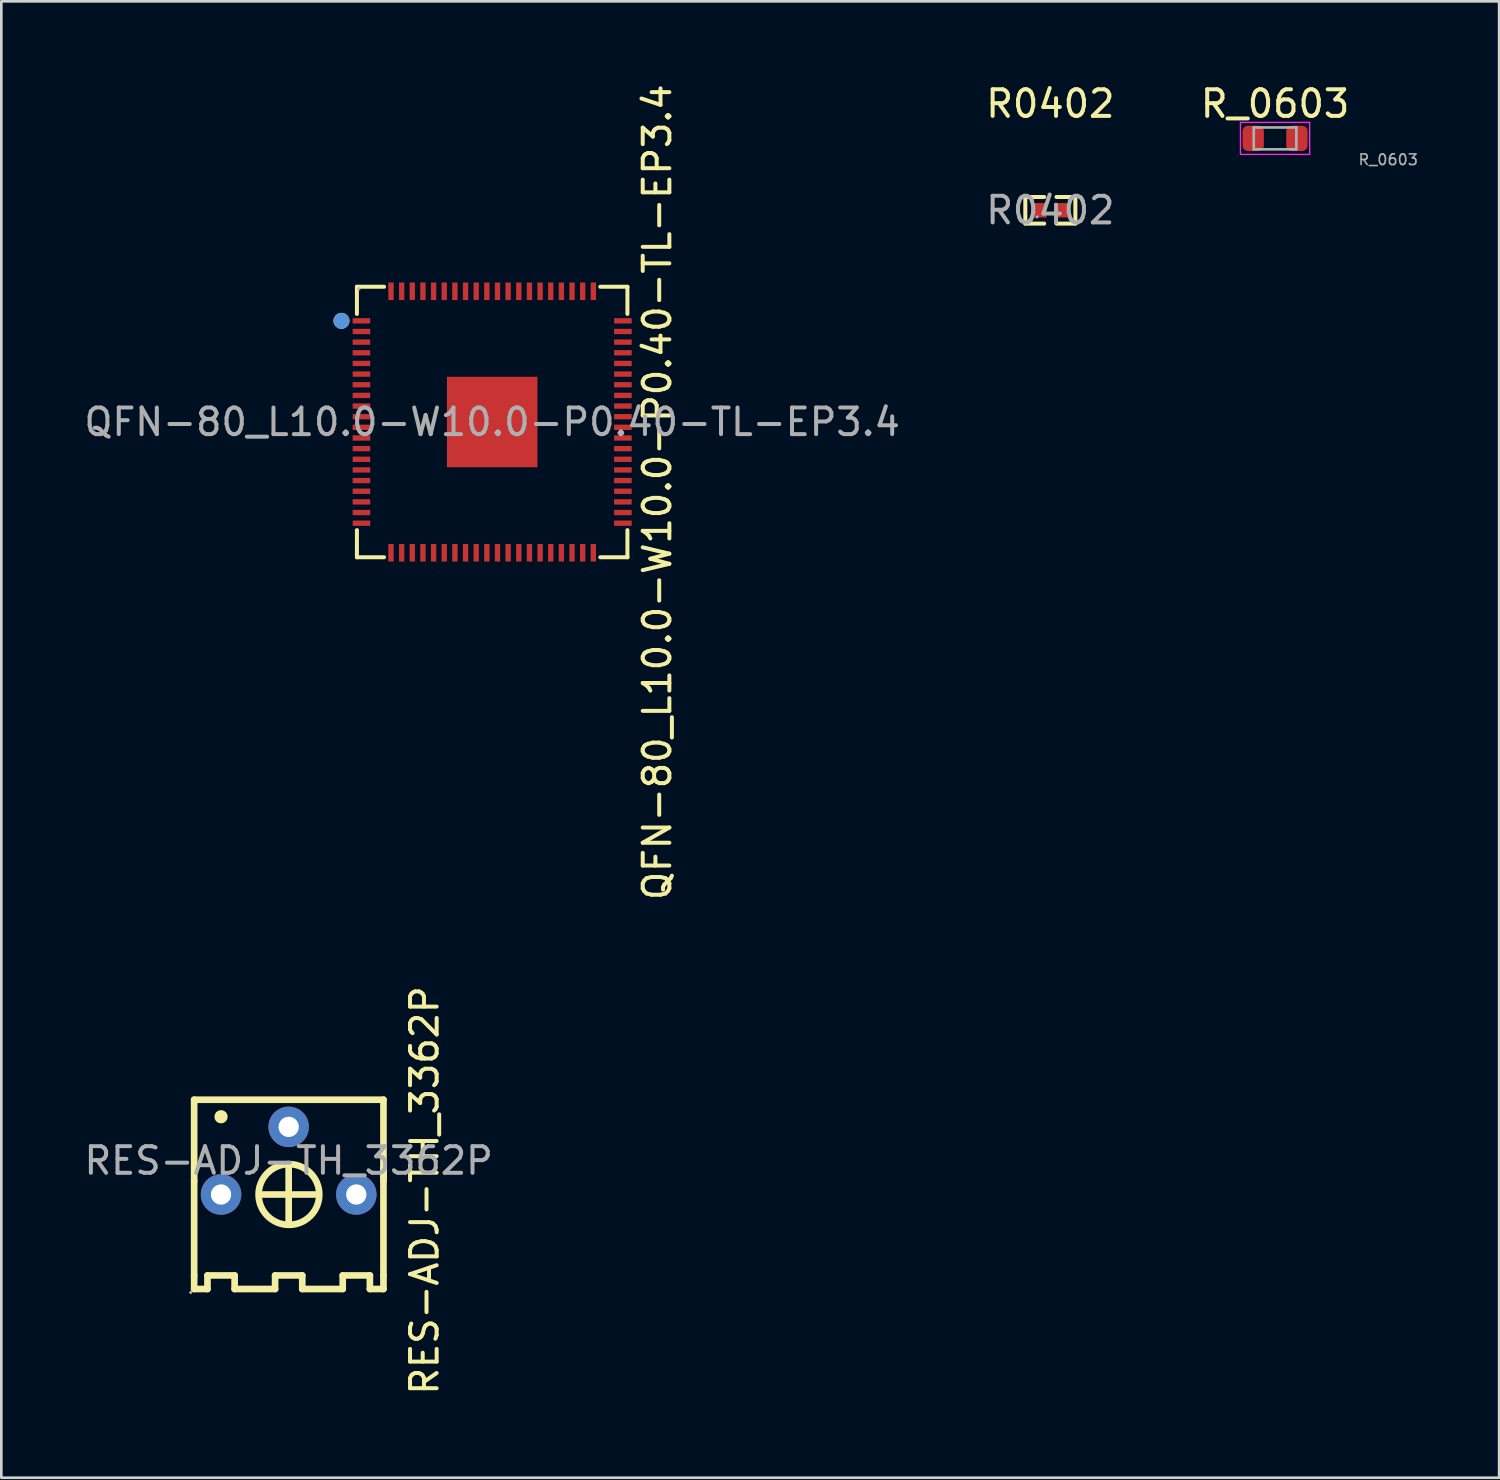
<source format=kicad_pcb>
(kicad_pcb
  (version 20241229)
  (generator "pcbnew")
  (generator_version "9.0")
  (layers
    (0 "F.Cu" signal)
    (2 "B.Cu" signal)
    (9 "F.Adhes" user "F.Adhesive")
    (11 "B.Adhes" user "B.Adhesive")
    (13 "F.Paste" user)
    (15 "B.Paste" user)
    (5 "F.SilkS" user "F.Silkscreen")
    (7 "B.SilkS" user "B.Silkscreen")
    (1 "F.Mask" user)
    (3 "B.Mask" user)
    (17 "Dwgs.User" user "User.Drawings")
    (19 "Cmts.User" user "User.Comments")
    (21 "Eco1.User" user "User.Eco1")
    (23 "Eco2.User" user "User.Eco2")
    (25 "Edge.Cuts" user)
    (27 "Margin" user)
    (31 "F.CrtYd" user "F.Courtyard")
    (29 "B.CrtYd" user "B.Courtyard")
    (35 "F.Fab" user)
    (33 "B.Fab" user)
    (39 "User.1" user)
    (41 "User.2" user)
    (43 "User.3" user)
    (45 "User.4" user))
  (footprint "QFN-80_L10.0-W10.0-P0.40-TL-EP3.4"
    (layer "F.Cu")
    (at 15.435 12.8)
    (property "Reference" "QFN-80_L10.0-W10.0-P0.40-TL-EP3.4" (at 6.2 2.635 90) (layer "F.SilkS") (effects (font (size 1 1) (thickness 0.15))))
    (attr smd)
    (fp_line (start -5.08 -5.08) (end -4.06 -5.08) (stroke (width 0.15) (type solid)) (layer "F.SilkS"))
    (fp_line (start -5.08 -4.06) (end -5.08 -5.08) (stroke (width 0.15) (type solid)) (layer "F.SilkS"))
    (fp_line (start -5.08 4.06) (end -5.08 5.08) (stroke (width 0.15) (type solid)) (layer "F.SilkS"))
    (fp_line (start -5.08 5.08) (end -4.06 5.08) (stroke (width 0.15) (type solid)) (layer "F.SilkS"))
    (fp_line (start 5.08 -5.08) (end 4.06 -5.08) (stroke (width 0.15) (type solid)) (layer "F.SilkS"))
    (fp_line (start 5.08 -4.06) (end 5.08 -5.08) (stroke (width 0.15) (type solid)) (layer "F.SilkS"))
    (fp_line (start 5.08 4.06) (end 5.08 5.08) (stroke (width 0.15) (type solid)) (layer "F.SilkS"))
    (fp_line (start 5.08 5.08) (end 4.06 5.08) (stroke (width 0.15) (type solid)) (layer "F.SilkS"))
    (fp_circle (center -5.66 -3.8) (end -5.51 -3.8) (stroke (width 0.3) (type solid)) (fill no) (layer "F.SilkS"))
    (fp_circle (center -5.66 -3.8) (end -5.51 -3.8) (stroke (width 0.3) (type solid)) (fill no) (layer "Cmts.User"))
    (fp_circle (center -5 -5) (end -4.97 -5) (stroke (width 0.06) (type solid)) (fill no) (layer "F.Fab"))
    (fp_text user "${REFERENCE}" (at 0 0 0) (layer "F.Fab") (effects (font (size 1 1) (thickness 0.15))))
    (pad "1" smd rect (at -4.91 -3.8) (size 0.66 0.2) (layers "F.Cu" "F.Mask" "F.Paste"))
    (pad "2" smd rect (at -4.91 -3.4) (size 0.66 0.2) (layers "F.Cu" "F.Mask" "F.Paste"))
    (pad "3" smd rect (at -4.91 -3) (size 0.66 0.2) (layers "F.Cu" "F.Mask" "F.Paste"))
    (pad "4" smd rect (at -4.91 -2.6) (size 0.66 0.2) (layers "F.Cu" "F.Mask" "F.Paste"))
    (pad "5" smd rect (at -4.91 -2.2) (size 0.66 0.2) (layers "F.Cu" "F.Mask" "F.Paste"))
    (pad "6" smd rect (at -4.91 -1.8) (size 0.66 0.2) (layers "F.Cu" "F.Mask" "F.Paste"))
    (pad "7" smd rect (at -4.91 -1.4) (size 0.66 0.2) (layers "F.Cu" "F.Mask" "F.Paste"))
    (pad "8" smd rect (at -4.91 -1) (size 0.66 0.2) (layers "F.Cu" "F.Mask" "F.Paste"))
    (pad "9" smd rect (at -4.91 -0.6) (size 0.66 0.2) (layers "F.Cu" "F.Mask" "F.Paste"))
    (pad "10" smd rect (at -4.91 -0.2) (size 0.66 0.2) (layers "F.Cu" "F.Mask" "F.Paste"))
    (pad "11" smd rect (at -4.91 0.2) (size 0.66 0.2) (layers "F.Cu" "F.Mask" "F.Paste"))
    (pad "12" smd rect (at -4.91 0.6) (size 0.66 0.2) (layers "F.Cu" "F.Mask" "F.Paste"))
    (pad "13" smd rect (at -4.91 1) (size 0.66 0.2) (layers "F.Cu" "F.Mask" "F.Paste"))
    (pad "14" smd rect (at -4.91 1.4) (size 0.66 0.2) (layers "F.Cu" "F.Mask" "F.Paste"))
    (pad "15" smd rect (at -4.91 1.8) (size 0.66 0.2) (layers "F.Cu" "F.Mask" "F.Paste"))
    (pad "16" smd rect (at -4.91 2.2) (size 0.66 0.2) (layers "F.Cu" "F.Mask" "F.Paste"))
    (pad "17" smd rect (at -4.91 2.6) (size 0.66 0.2) (layers "F.Cu" "F.Mask" "F.Paste"))
    (pad "18" smd rect (at -4.91 3) (size 0.66 0.2) (layers "F.Cu" "F.Mask" "F.Paste"))
    (pad "19" smd rect (at -4.91 3.4) (size 0.66 0.2) (layers "F.Cu" "F.Mask" "F.Paste"))
    (pad "20" smd rect (at -4.91 3.8) (size 0.66 0.2) (layers "F.Cu" "F.Mask" "F.Paste"))
    (pad "21" smd rect (at -3.8 4.91) (size 0.2 0.66) (layers "F.Cu" "F.Mask" "F.Paste"))
    (pad "22" smd rect (at -3.4 4.91) (size 0.2 0.66) (layers "F.Cu" "F.Mask" "F.Paste"))
    (pad "23" smd rect (at -3 4.91) (size 0.2 0.66) (layers "F.Cu" "F.Mask" "F.Paste"))
    (pad "24" smd rect (at -2.6 4.91) (size 0.2 0.66) (layers "F.Cu" "F.Mask" "F.Paste"))
    (pad "25" smd rect (at -2.2 4.91) (size 0.2 0.66) (layers "F.Cu" "F.Mask" "F.Paste"))
    (pad "26" smd rect (at -1.8 4.91) (size 0.2 0.66) (layers "F.Cu" "F.Mask" "F.Paste"))
    (pad "27" smd rect (at -1.4 4.91) (size 0.2 0.66) (layers "F.Cu" "F.Mask" "F.Paste"))
    (pad "28" smd rect (at -1 4.91) (size 0.2 0.66) (layers "F.Cu" "F.Mask" "F.Paste"))
    (pad "29" smd rect (at -0.6 4.91) (size 0.2 0.66) (layers "F.Cu" "F.Mask" "F.Paste"))
    (pad "30" smd rect (at -0.2 4.91) (size 0.2 0.66) (layers "F.Cu" "F.Mask" "F.Paste"))
    (pad "31" smd rect (at 0.2 4.91) (size 0.2 0.66) (layers "F.Cu" "F.Mask" "F.Paste"))
    (pad "32" smd rect (at 0.6 4.91) (size 0.2 0.66) (layers "F.Cu" "F.Mask" "F.Paste"))
    (pad "33" smd rect (at 1 4.91) (size 0.2 0.66) (layers "F.Cu" "F.Mask" "F.Paste"))
    (pad "34" smd rect (at 1.4 4.91) (size 0.2 0.66) (layers "F.Cu" "F.Mask" "F.Paste"))
    (pad "35" smd rect (at 1.8 4.91) (size 0.2 0.66) (layers "F.Cu" "F.Mask" "F.Paste"))
    (pad "36" smd rect (at 2.2 4.91) (size 0.2 0.66) (layers "F.Cu" "F.Mask" "F.Paste"))
    (pad "37" smd rect (at 2.6 4.91) (size 0.2 0.66) (layers "F.Cu" "F.Mask" "F.Paste"))
    (pad "38" smd rect (at 3 4.91) (size 0.2 0.66) (layers "F.Cu" "F.Mask" "F.Paste"))
    (pad "39" smd rect (at 3.4 4.91) (size 0.2 0.66) (layers "F.Cu" "F.Mask" "F.Paste"))
    (pad "40" smd rect (at 3.8 4.91) (size 0.2 0.66) (layers "F.Cu" "F.Mask" "F.Paste"))
    (pad "41" smd rect (at 4.91 3.8) (size 0.66 0.2) (layers "F.Cu" "F.Mask" "F.Paste"))
    (pad "42" smd rect (at 4.91 3.4) (size 0.66 0.2) (layers "F.Cu" "F.Mask" "F.Paste"))
    (pad "43" smd rect (at 4.91 3) (size 0.66 0.2) (layers "F.Cu" "F.Mask" "F.Paste"))
    (pad "44" smd rect (at 4.91 2.6) (size 0.66 0.2) (layers "F.Cu" "F.Mask" "F.Paste"))
    (pad "45" smd rect (at 4.91 2.2) (size 0.66 0.2) (layers "F.Cu" "F.Mask" "F.Paste"))
    (pad "46" smd rect (at 4.91 1.8) (size 0.66 0.2) (layers "F.Cu" "F.Mask" "F.Paste"))
    (pad "47" smd rect (at 4.91 1.4) (size 0.66 0.2) (layers "F.Cu" "F.Mask" "F.Paste"))
    (pad "48" smd rect (at 4.91 1) (size 0.66 0.2) (layers "F.Cu" "F.Mask" "F.Paste"))
    (pad "49" smd rect (at 4.91 0.6) (size 0.66 0.2) (layers "F.Cu" "F.Mask" "F.Paste"))
    (pad "50" smd rect (at 4.91 0.2) (size 0.66 0.2) (layers "F.Cu" "F.Mask" "F.Paste"))
    (pad "51" smd rect (at 4.91 -0.2) (size 0.66 0.2) (layers "F.Cu" "F.Mask" "F.Paste"))
    (pad "52" smd rect (at 4.91 -0.6) (size 0.66 0.2) (layers "F.Cu" "F.Mask" "F.Paste"))
    (pad "53" smd rect (at 4.91 -1) (size 0.66 0.2) (layers "F.Cu" "F.Mask" "F.Paste"))
    (pad "54" smd rect (at 4.91 -1.4) (size 0.66 0.2) (layers "F.Cu" "F.Mask" "F.Paste"))
    (pad "55" smd rect (at 4.91 -1.8) (size 0.66 0.2) (layers "F.Cu" "F.Mask" "F.Paste"))
    (pad "56" smd rect (at 4.91 -2.2) (size 0.66 0.2) (layers "F.Cu" "F.Mask" "F.Paste"))
    (pad "57" smd rect (at 4.91 -2.6) (size 0.66 0.2) (layers "F.Cu" "F.Mask" "F.Paste"))
    (pad "58" smd rect (at 4.91 -3) (size 0.66 0.2) (layers "F.Cu" "F.Mask" "F.Paste"))
    (pad "59" smd rect (at 4.91 -3.4) (size 0.66 0.2) (layers "F.Cu" "F.Mask" "F.Paste"))
    (pad "60" smd rect (at 4.91 -3.8) (size 0.66 0.2) (layers "F.Cu" "F.Mask" "F.Paste"))
    (pad "61" smd rect (at 3.8 -4.91) (size 0.2 0.66) (layers "F.Cu" "F.Mask" "F.Paste"))
    (pad "62" smd rect (at 3.4 -4.91) (size 0.2 0.66) (layers "F.Cu" "F.Mask" "F.Paste"))
    (pad "63" smd rect (at 3 -4.91) (size 0.2 0.66) (layers "F.Cu" "F.Mask" "F.Paste"))
    (pad "64" smd rect (at 2.6 -4.91) (size 0.2 0.66) (layers "F.Cu" "F.Mask" "F.Paste"))
    (pad "65" smd rect (at 2.2 -4.91) (size 0.2 0.66) (layers "F.Cu" "F.Mask" "F.Paste"))
    (pad "66" smd rect (at 1.8 -4.91) (size 0.2 0.66) (layers "F.Cu" "F.Mask" "F.Paste"))
    (pad "67" smd rect (at 1.4 -4.91) (size 0.2 0.66) (layers "F.Cu" "F.Mask" "F.Paste"))
    (pad "68" smd rect (at 1 -4.91) (size 0.2 0.66) (layers "F.Cu" "F.Mask" "F.Paste"))
    (pad "69" smd rect (at 0.6 -4.91) (size 0.2 0.66) (layers "F.Cu" "F.Mask" "F.Paste"))
    (pad "70" smd rect (at 0.2 -4.91) (size 0.2 0.66) (layers "F.Cu" "F.Mask" "F.Paste"))
    (pad "71" smd rect (at -0.2 -4.91) (size 0.2 0.66) (layers "F.Cu" "F.Mask" "F.Paste"))
    (pad "72" smd rect (at -0.6 -4.91) (size 0.2 0.66) (layers "F.Cu" "F.Mask" "F.Paste"))
    (pad "73" smd rect (at -1 -4.91) (size 0.2 0.66) (layers "F.Cu" "F.Mask" "F.Paste"))
    (pad "74" smd rect (at -1.4 -4.91) (size 0.2 0.66) (layers "F.Cu" "F.Mask" "F.Paste"))
    (pad "75" smd rect (at -1.8 -4.91) (size 0.2 0.66) (layers "F.Cu" "F.Mask" "F.Paste"))
    (pad "76" smd rect (at -2.2 -4.91) (size 0.2 0.66) (layers "F.Cu" "F.Mask" "F.Paste"))
    (pad "77" smd rect (at -2.6 -4.91) (size 0.2 0.66) (layers "F.Cu" "F.Mask" "F.Paste"))
    (pad "78" smd rect (at -3 -4.91) (size 0.2 0.66) (layers "F.Cu" "F.Mask" "F.Paste"))
    (pad "79" smd rect (at -3.4 -4.91) (size 0.2 0.66) (layers "F.Cu" "F.Mask" "F.Paste"))
    (pad "80" smd rect (at -3.8 -4.91) (size 0.2 0.66) (layers "F.Cu" "F.Mask" "F.Paste"))
    (pad "81" smd rect (at 0 0) (size 3.4 3.4) (layers "F.Cu" "F.Mask" "F.Paste")))
  (footprint "R_0603"
    (layer "F.Cu")
    (at 44.839 2.148)
    (property "Reference" "R_0603" (at 0 -1.3 0) (layer "F.SilkS") (effects (font (size 1 1) (thickness 0.15))))
    (attr smd)
    (fp_line (start -1.3 -0.6) (end 1.3 -0.6) (stroke (width 0.05) (type solid)) (layer "F.CrtYd"))
    (fp_line (start -1.3 0.6) (end -1.3 -0.6) (stroke (width 0.05) (type solid)) (layer "F.CrtYd"))
    (fp_line (start 1.3 -0.6) (end 1.3 0.6) (stroke (width 0.05) (type solid)) (layer "F.CrtYd"))
    (fp_line (start 1.3 0.6) (end -1.3 0.6) (stroke (width 0.05) (type solid)) (layer "F.CrtYd"))
    (fp_line (start -0.8 -0.41) (end 0.8 -0.41) (stroke (width 0.1) (type solid)) (layer "F.Fab"))
    (fp_line (start -0.8 0.41) (end -0.8 -0.41) (stroke (width 0.1) (type solid)) (layer "F.Fab"))
    (fp_line (start 0.8 -0.41) (end 0.8 0.41) (stroke (width 0.1) (type solid)) (layer "F.Fab"))
    (fp_line (start 0.8 0.41) (end -0.8 0.41) (stroke (width 0.1) (type solid)) (layer "F.Fab"))
    (fp_text user "${REFERENCE}" (at 4.25 0.8 0) (layer "F.Fab") (effects (font (size 0.4 0.4) (thickness 0.06))))
    (pad "1" smd roundrect (at -0.82 0) (size 0.8 0.95) (layers "F.Cu" "F.Mask" "F.Paste") (roundrect_rratio 0.25))
    (pad "2" smd roundrect (at 0.82 0) (size 0.8 0.95) (layers "F.Cu" "F.Mask" "F.Paste") (roundrect_rratio 0.25)))
  (footprint "RES-ADJ-TH_3362P"
    (layer "F.Cu")
    (at 7.792 40.543)
    (property "Reference" "RES-ADJ-TH_3362P" (at 5.103 1.117 90) (layer "F.SilkS") (effects (font (size 1 1) (thickness 0.15))))
    (attr through_hole)
    (fp_line (start -3.55 -2.29) (end 3.56 -2.29) (stroke (width 0.25) (type solid)) (layer "F.SilkS"))
    (fp_line (start -3.55 0.76) (end -3.55 -2.29) (stroke (width 0.25) (type solid)) (layer "F.SilkS"))
    (fp_line (start -3.55 4.31) (end -3.55 0.76) (stroke (width 0.25) (type solid)) (layer "F.SilkS"))
    (fp_line (start -3.55 4.82) (end -3.55 4.31) (stroke (width 0.25) (type solid)) (layer "F.SilkS"))
    (fp_line (start -3.05 4.31) (end -3.05 4.82) (stroke (width 0.25) (type solid)) (layer "F.SilkS"))
    (fp_line (start -3.05 4.82) (end -3.55 4.82) (stroke (width 0.25) (type solid)) (layer "F.SilkS"))
    (fp_line (start -2.03 4.31) (end -3.05 4.31) (stroke (width 0.25) (type solid)) (layer "F.SilkS"))
    (fp_line (start -2.03 4.82) (end -2.03 4.31) (stroke (width 0.25) (type solid)) (layer "F.SilkS"))
    (fp_line (start -0.51 4.31) (end -0.51 4.82) (stroke (width 0.25) (type solid)) (layer "F.SilkS"))
    (fp_line (start -0.51 4.82) (end -2.03 4.82) (stroke (width 0.25) (type solid)) (layer "F.SilkS"))
    (fp_line (start 0 2.28) (end 0 0.25) (stroke (width 0.25) (type solid)) (layer "F.SilkS"))
    (fp_line (start 0.51 4.31) (end -0.51 4.31) (stroke (width 0.25) (type solid)) (layer "F.SilkS"))
    (fp_line (start 0.51 4.82) (end 0.51 4.31) (stroke (width 0.25) (type solid)) (layer "F.SilkS"))
    (fp_line (start 1.02 1.27) (end -1.02 1.27) (stroke (width 0.25) (type solid)) (layer "F.SilkS"))
    (fp_line (start 2.03 4.31) (end 2.03 4.82) (stroke (width 0.25) (type solid)) (layer "F.SilkS"))
    (fp_line (start 2.03 4.82) (end 0.51 4.82) (stroke (width 0.25) (type solid)) (layer "F.SilkS"))
    (fp_line (start 3.05 4.31) (end 2.03 4.31) (stroke (width 0.25) (type solid)) (layer "F.SilkS"))
    (fp_line (start 3.05 4.82) (end 3.05 4.31) (stroke (width 0.25) (type solid)) (layer "F.SilkS"))
    (fp_line (start 3.56 -2.29) (end 3.56 0.76) (stroke (width 0.25) (type solid)) (layer "F.SilkS"))
    (fp_line (start 3.56 0.25) (end 3.56 4.31) (stroke (width 0.25) (type solid)) (layer "F.SilkS"))
    (fp_line (start 3.56 4.31) (end 3.56 4.82) (stroke (width 0.25) (type solid)) (layer "F.SilkS"))
    (fp_line (start 3.56 4.82) (end 3.05 4.82) (stroke (width 0.25) (type solid)) (layer "F.SilkS"))
    (fp_arc (start -2.54 -1.65) (mid -2.54 -1.65) (end -2.54 -1.65) (stroke (width 0.25) (type solid)) (layer "F.SilkS"))
    (fp_arc (start 0.02 0.13) (mid 0.010048 2.410044) (end -0.000096 0.130001) (stroke (width 0.25) (type solid)) (layer "F.SilkS"))
    (fp_circle (center -3.68 4.95) (end -3.65 4.95) (stroke (width 0.06) (type solid)) (fill no) (layer "F.Fab"))
    (fp_circle (center -2.54 1.27) (end -2.4 1.27) (stroke (width 0.28) (type solid)) (fill no) (layer "F.Fab"))
    (fp_circle (center 0 -1.27) (end 0.14 -1.27) (stroke (width 0.28) (type solid)) (fill no) (layer "F.Fab"))
    (fp_circle (center 2.54 1.27) (end 2.68 1.27) (stroke (width 0.28) (type solid)) (fill no) (layer "F.Fab"))
    (fp_text user "${REFERENCE}" (at 0 0 0) (layer "F.Fab") (effects (font (size 1 1) (thickness 0.15))))
    (pad "1" thru_hole circle (at -2.54 1.27) (size 1.52 1.52) (drill 0.762) (layers "*.Cu" "*.Mask"))
    (pad "2" thru_hole circle (at 0 -1.27) (size 1.52 1.52) (drill 0.762) (layers "*.Cu" "*.Mask"))
    (pad "3" thru_hole circle (at 2.54 1.27) (size 1.52 1.52) (drill 0.762) (layers "*.Cu" "*.Mask")))
  (footprint "R0402"
    (layer "F.Cu")
    (at 36.399 4.848)
    (property "Reference" "R0402" (at 0 -4 0) (layer "F.SilkS") (effects (font (size 1 1) (thickness 0.15))))
    (attr smd)
    (fp_line (start -0.94 -0.5) (end -0.23 -0.5) (stroke (width 0.15) (type solid)) (layer "F.SilkS"))
    (fp_line (start -0.94 0.5) (end -0.94 -0.5) (stroke (width 0.15) (type solid)) (layer "F.SilkS"))
    (fp_line (start -0.23 0.5) (end -0.94 0.5) (stroke (width 0.15) (type solid)) (layer "F.SilkS"))
    (fp_line (start 0.23 0.5) (end 0.94 0.5) (stroke (width 0.15) (type solid)) (layer "F.SilkS"))
    (fp_line (start 0.94 -0.5) (end 0.23 -0.5) (stroke (width 0.15) (type solid)) (layer "F.SilkS"))
    (fp_line (start 0.94 0.5) (end 0.94 -0.5) (stroke (width 0.15) (type solid)) (layer "F.SilkS"))
    (fp_circle (center -0.5 0.25) (end -0.47 0.25) (stroke (width 0.06) (type solid)) (fill no) (layer "F.Fab"))
    (fp_text user "${REFERENCE}" (at 0 0 0) (layer "F.Fab") (effects (font (size 1 1) (thickness 0.15))))
    (pad "1" smd rect (at -0.43 0) (size 0.57 0.54) (layers "F.Cu" "F.Mask" "F.Paste"))
    (pad "2" smd rect (at 0.43 0) (size 0.57 0.54) (layers "F.Cu" "F.Mask" "F.Paste")))
  (gr_rect
    (start -3 -3)
    (end 53.254 52.452)
    (stroke (width 0.1) (type default))
    (fill no)
    (layer "Edge.Cuts")))
</source>
